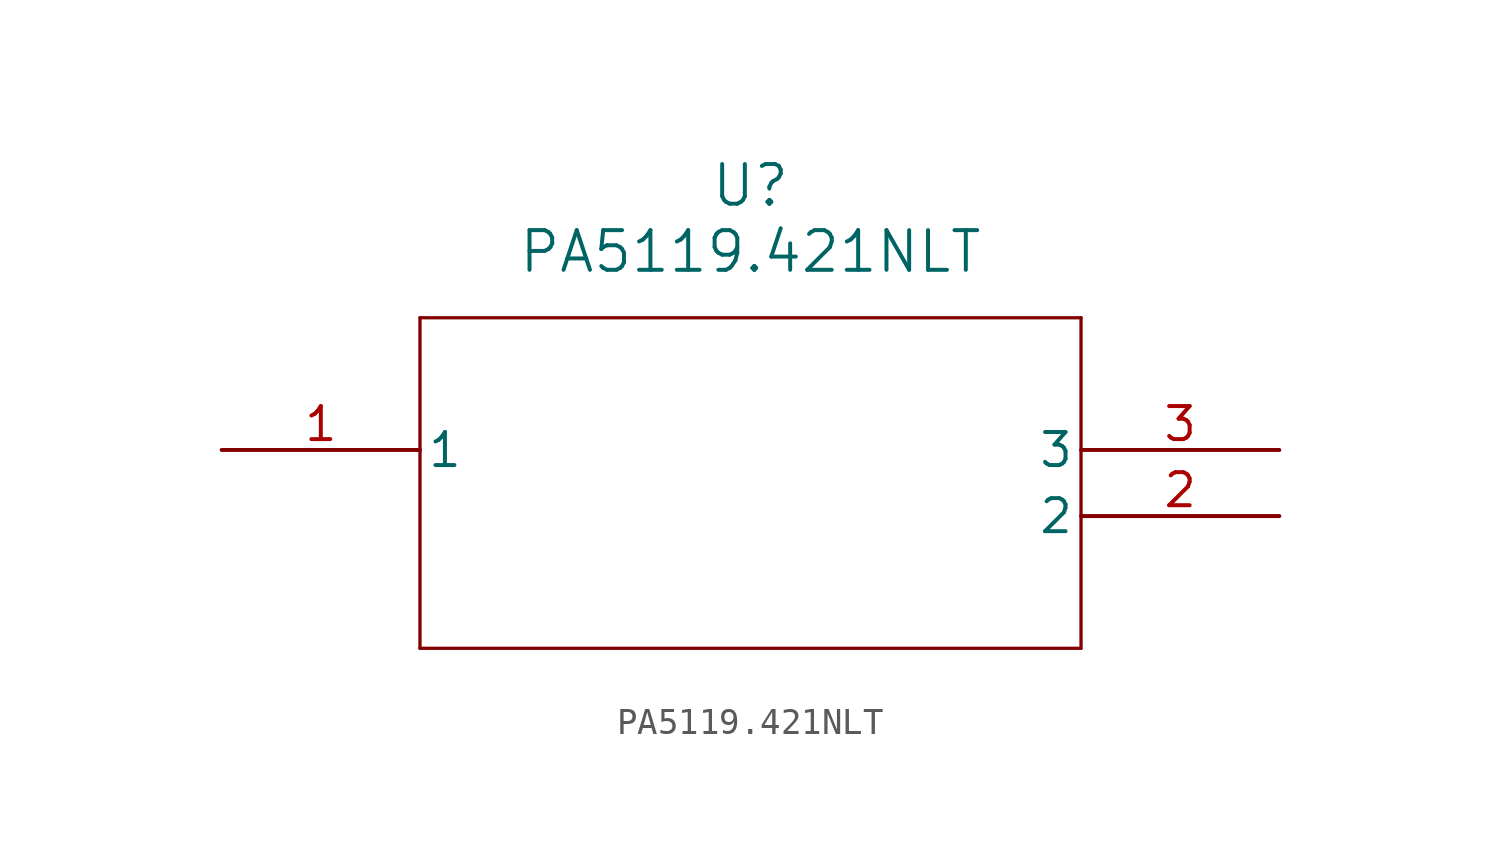
<source format=kicad_sym>
(kicad_symbol_lib
  (version 20211014)
  (generator kicad_symbol_editor)
  (symbol "PA5119.421NLT"
    (pin_names
      (offset 0.254))
    (property "Reference" "U"
      (at 20.32 10.16 0)
      (effects (font (size 1.524 1.524))))
    (property "Value" "PA5119.421NLT"
      (at 20.32 7.62 0)
      (effects (font (size 1.524 1.524))))
    (symbol "PA5119.421NLT_0_1"
      (polyline (pts (xy 7.62 5.08) (xy 7.62 -7.62)) (stroke (width 0.127) (type default) (color 0 0 0 0)) (fill (type none)))
      (polyline (pts (xy 7.62 -7.62) (xy 33.02 -7.62)) (stroke (width 0.127) (type default) (color 0 0 0 0)) (fill (type none)))
      (polyline (pts (xy 33.02 -7.62) (xy 33.02 5.08)) (stroke (width 0.127) (type default) (color 0 0 0 0)) (fill (type none)))
      (polyline (pts (xy 33.02 5.08) (xy 7.62 5.08)) (stroke (width 0.127) (type default) (color 0 0 0 0)) (fill (type none)))
      (pin unspecified line (at 0 0 0) (length 7.62) (name "1" (effects (font (size 1.27 1.27)))) (number "1" (effects (font (size 1.27 1.27)))))
      (pin unspecified line (at 40.64 -2.54 180) (length 7.62) (name "2" (effects (font (size 1.27 1.27)))) (number "2" (effects (font (size 1.27 1.27)))))
      (pin unspecified line (at 40.64 0 180) (length 7.62) (name "3" (effects (font (size 1.27 1.27)))) (number "3" (effects (font (size 1.27 1.27))))))))
</source>
